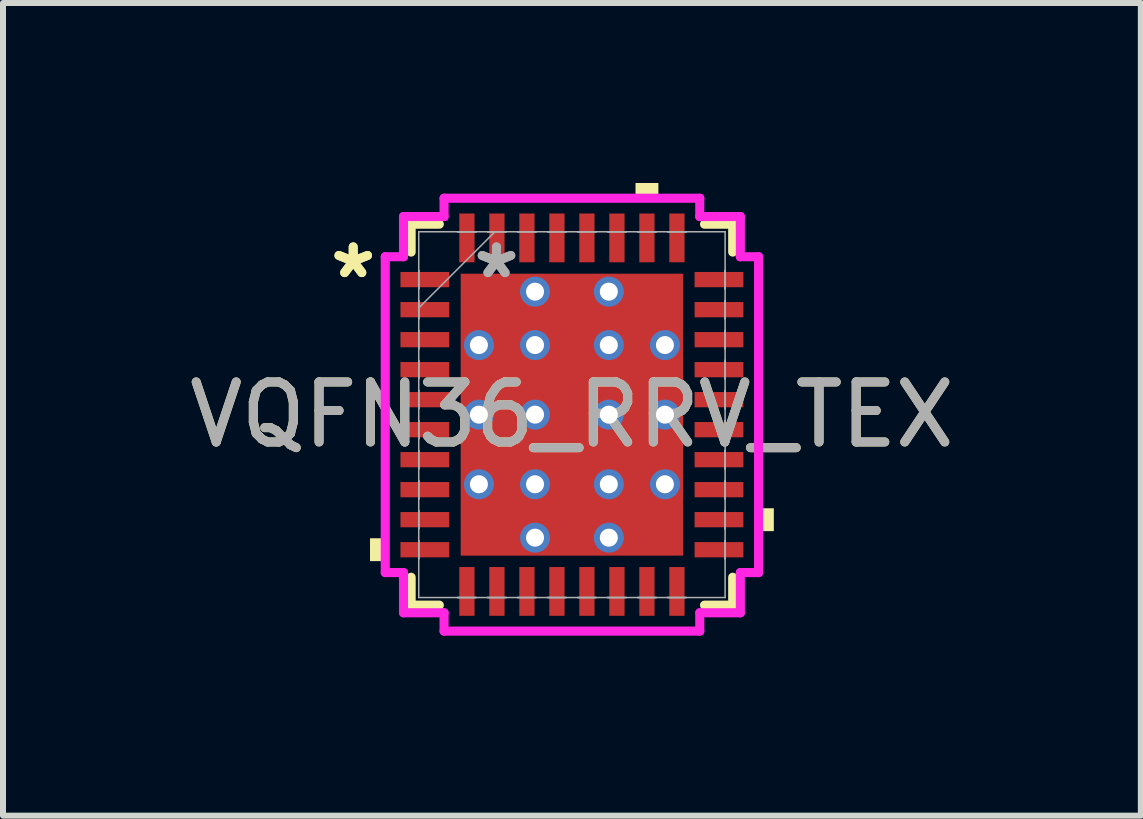
<source format=kicad_pcb>
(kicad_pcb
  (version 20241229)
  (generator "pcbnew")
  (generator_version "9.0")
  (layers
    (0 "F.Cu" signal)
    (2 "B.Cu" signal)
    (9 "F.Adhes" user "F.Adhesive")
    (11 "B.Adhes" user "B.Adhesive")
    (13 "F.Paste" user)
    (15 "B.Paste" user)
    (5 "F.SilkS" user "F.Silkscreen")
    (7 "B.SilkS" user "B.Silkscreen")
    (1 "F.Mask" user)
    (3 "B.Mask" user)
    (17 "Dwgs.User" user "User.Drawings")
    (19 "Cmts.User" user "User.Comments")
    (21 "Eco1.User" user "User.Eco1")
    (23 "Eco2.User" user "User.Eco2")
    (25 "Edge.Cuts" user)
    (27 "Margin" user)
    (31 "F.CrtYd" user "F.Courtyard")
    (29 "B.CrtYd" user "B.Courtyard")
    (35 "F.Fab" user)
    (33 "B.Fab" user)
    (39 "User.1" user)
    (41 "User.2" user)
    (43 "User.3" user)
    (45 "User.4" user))
  (footprint "VQFN36_RRV_TEX"
    (layer "F.Cu")
    (at 6.482 3.861)
    (property "Reference" "VQFN36_RRV_TEX" (at 0 0 0) (unlocked yes) (layer "F.SilkS") (effects (font (size 1 1) (thickness 0.15))))
    (attr smd)
    (fp_line (start -2.68 -3.175) (end -2.68 -2.71) (stroke (width 0.152) (type solid)) (layer "F.SilkS"))
    (fp_line (start -2.68 2.71) (end -2.68 3.175) (stroke (width 0.152) (type solid)) (layer "F.SilkS"))
    (fp_line (start -2.68 3.175) (end -2.21 3.175) (stroke (width 0.152) (type solid)) (layer "F.SilkS"))
    (fp_line (start -2.21 -3.175) (end -2.68 -3.175) (stroke (width 0.152) (type solid)) (layer "F.SilkS"))
    (fp_line (start 2.21 3.175) (end 2.68 3.175) (stroke (width 0.152) (type solid)) (layer "F.SilkS"))
    (fp_line (start 2.68 -3.175) (end 2.21 -3.175) (stroke (width 0.152) (type solid)) (layer "F.SilkS"))
    (fp_line (start 2.68 -2.71) (end 2.68 -3.175) (stroke (width 0.152) (type solid)) (layer "F.SilkS"))
    (fp_line (start 2.68 3.175) (end 2.68 2.71) (stroke (width 0.152) (type solid)) (layer "F.SilkS"))
    (fp_poly (pts (xy -3.365 2.06) (xy -3.365 2.441) (xy -3.111 2.441) (xy -3.111 2.06)) (stroke (width 0) (type solid)) (fill yes) (layer "F.SilkS"))
    (fp_poly (pts (xy 1.06 -3.607) (xy 1.06 -3.861) (xy 1.441 -3.861) (xy 1.441 -3.607)) (stroke (width 0) (type solid)) (fill yes) (layer "F.SilkS"))
    (fp_poly (pts (xy 3.365 1.56) (xy 3.365 1.941) (xy 3.111 1.941) (xy 3.111 1.56)) (stroke (width 0) (type solid)) (fill yes) (layer "F.SilkS"))
    (fp_line (start -3.111 -2.632) (end -2.807 -2.632) (stroke (width 0.152) (type solid)) (layer "F.CrtYd"))
    (fp_line (start -3.111 2.632) (end -3.111 -2.632) (stroke (width 0.152) (type solid)) (layer "F.CrtYd"))
    (fp_line (start -2.807 -3.302) (end -2.131 -3.302) (stroke (width 0.152) (type solid)) (layer "F.CrtYd"))
    (fp_line (start -2.807 -2.632) (end -2.807 -3.302) (stroke (width 0.152) (type solid)) (layer "F.CrtYd"))
    (fp_line (start -2.807 2.632) (end -3.111 2.632) (stroke (width 0.152) (type solid)) (layer "F.CrtYd"))
    (fp_line (start -2.807 3.302) (end -2.807 2.632) (stroke (width 0.152) (type solid)) (layer "F.CrtYd"))
    (fp_line (start -2.131 -3.607) (end 2.131 -3.607) (stroke (width 0.152) (type solid)) (layer "F.CrtYd"))
    (fp_line (start -2.131 -3.302) (end -2.131 -3.607) (stroke (width 0.152) (type solid)) (layer "F.CrtYd"))
    (fp_line (start -2.131 3.302) (end -2.807 3.302) (stroke (width 0.152) (type solid)) (layer "F.CrtYd"))
    (fp_line (start -2.131 3.607) (end -2.131 3.302) (stroke (width 0.152) (type solid)) (layer "F.CrtYd"))
    (fp_line (start 2.131 -3.607) (end 2.131 -3.302) (stroke (width 0.152) (type solid)) (layer "F.CrtYd"))
    (fp_line (start 2.131 -3.302) (end 2.807 -3.302) (stroke (width 0.152) (type solid)) (layer "F.CrtYd"))
    (fp_line (start 2.131 3.302) (end 2.131 3.607) (stroke (width 0.152) (type solid)) (layer "F.CrtYd"))
    (fp_line (start 2.131 3.607) (end -2.131 3.607) (stroke (width 0.152) (type solid)) (layer "F.CrtYd"))
    (fp_line (start 2.807 -3.302) (end 2.807 -2.632) (stroke (width 0.152) (type solid)) (layer "F.CrtYd"))
    (fp_line (start 2.807 -2.632) (end 3.111 -2.632) (stroke (width 0.152) (type solid)) (layer "F.CrtYd"))
    (fp_line (start 2.807 2.632) (end 2.807 3.302) (stroke (width 0.152) (type solid)) (layer "F.CrtYd"))
    (fp_line (start 2.807 3.302) (end 2.131 3.302) (stroke (width 0.152) (type solid)) (layer "F.CrtYd"))
    (fp_line (start 3.111 -2.632) (end 3.111 2.632) (stroke (width 0.152) (type solid)) (layer "F.CrtYd"))
    (fp_line (start 3.111 2.632) (end 2.807 2.632) (stroke (width 0.152) (type solid)) (layer "F.CrtYd"))
    (fp_line (start -2.553 -3.048) (end -2.553 3.048) (stroke (width 0.025) (type solid)) (layer "F.Fab"))
    (fp_line (start -2.553 -2.403) (end -2.553 -2.403) (stroke (width 0.025) (type solid)) (layer "F.Fab"))
    (fp_line (start -2.553 -2.403) (end -2.553 -2.098) (stroke (width 0.025) (type solid)) (layer "F.Fab"))
    (fp_line (start -2.553 -2.098) (end -2.553 -2.403) (stroke (width 0.025) (type solid)) (layer "F.Fab"))
    (fp_line (start -2.553 -2.098) (end -2.553 -2.098) (stroke (width 0.025) (type solid)) (layer "F.Fab"))
    (fp_line (start -2.553 -1.903) (end -2.553 -1.903) (stroke (width 0.025) (type solid)) (layer "F.Fab"))
    (fp_line (start -2.553 -1.903) (end -2.553 -1.598) (stroke (width 0.025) (type solid)) (layer "F.Fab"))
    (fp_line (start -2.553 -1.778) (end -1.283 -3.048) (stroke (width 0.025) (type solid)) (layer "F.Fab"))
    (fp_line (start -2.553 -1.598) (end -2.553 -1.903) (stroke (width 0.025) (type solid)) (layer "F.Fab"))
    (fp_line (start -2.553 -1.598) (end -2.553 -1.598) (stroke (width 0.025) (type solid)) (layer "F.Fab"))
    (fp_line (start -2.553 -1.403) (end -2.553 -1.403) (stroke (width 0.025) (type solid)) (layer "F.Fab"))
    (fp_line (start -2.553 -1.403) (end -2.553 -1.098) (stroke (width 0.025) (type solid)) (layer "F.Fab"))
    (fp_line (start -2.553 -1.098) (end -2.553 -1.403) (stroke (width 0.025) (type solid)) (layer "F.Fab"))
    (fp_line (start -2.553 -1.098) (end -2.553 -1.098) (stroke (width 0.025) (type solid)) (layer "F.Fab"))
    (fp_line (start -2.553 -0.903) (end -2.553 -0.903) (stroke (width 0.025) (type solid)) (layer "F.Fab"))
    (fp_line (start -2.553 -0.903) (end -2.553 -0.598) (stroke (width 0.025) (type solid)) (layer "F.Fab"))
    (fp_line (start -2.553 -0.598) (end -2.553 -0.903) (stroke (width 0.025) (type solid)) (layer "F.Fab"))
    (fp_line (start -2.553 -0.598) (end -2.553 -0.598) (stroke (width 0.025) (type solid)) (layer "F.Fab"))
    (fp_line (start -2.553 -0.402) (end -2.553 -0.402) (stroke (width 0.025) (type solid)) (layer "F.Fab"))
    (fp_line (start -2.553 -0.402) (end -2.553 -0.098) (stroke (width 0.025) (type solid)) (layer "F.Fab"))
    (fp_line (start -2.553 -0.098) (end -2.553 -0.402) (stroke (width 0.025) (type solid)) (layer "F.Fab"))
    (fp_line (start -2.553 -0.098) (end -2.553 -0.098) (stroke (width 0.025) (type solid)) (layer "F.Fab"))
    (fp_line (start -2.553 0.098) (end -2.553 0.098) (stroke (width 0.025) (type solid)) (layer "F.Fab"))
    (fp_line (start -2.553 0.098) (end -2.553 0.402) (stroke (width 0.025) (type solid)) (layer "F.Fab"))
    (fp_line (start -2.553 0.402) (end -2.553 0.098) (stroke (width 0.025) (type solid)) (layer "F.Fab"))
    (fp_line (start -2.553 0.402) (end -2.553 0.402) (stroke (width 0.025) (type solid)) (layer "F.Fab"))
    (fp_line (start -2.553 0.598) (end -2.553 0.598) (stroke (width 0.025) (type solid)) (layer "F.Fab"))
    (fp_line (start -2.553 0.598) (end -2.553 0.903) (stroke (width 0.025) (type solid)) (layer "F.Fab"))
    (fp_line (start -2.553 0.903) (end -2.553 0.598) (stroke (width 0.025) (type solid)) (layer "F.Fab"))
    (fp_line (start -2.553 0.903) (end -2.553 0.903) (stroke (width 0.025) (type solid)) (layer "F.Fab"))
    (fp_line (start -2.553 1.098) (end -2.553 1.098) (stroke (width 0.025) (type solid)) (layer "F.Fab"))
    (fp_line (start -2.553 1.098) (end -2.553 1.403) (stroke (width 0.025) (type solid)) (layer "F.Fab"))
    (fp_line (start -2.553 1.403) (end -2.553 1.098) (stroke (width 0.025) (type solid)) (layer "F.Fab"))
    (fp_line (start -2.553 1.403) (end -2.553 1.403) (stroke (width 0.025) (type solid)) (layer "F.Fab"))
    (fp_line (start -2.553 1.598) (end -2.553 1.598) (stroke (width 0.025) (type solid)) (layer "F.Fab"))
    (fp_line (start -2.553 1.598) (end -2.553 1.903) (stroke (width 0.025) (type solid)) (layer "F.Fab"))
    (fp_line (start -2.553 1.903) (end -2.553 1.598) (stroke (width 0.025) (type solid)) (layer "F.Fab"))
    (fp_line (start -2.553 1.903) (end -2.553 1.903) (stroke (width 0.025) (type solid)) (layer "F.Fab"))
    (fp_line (start -2.553 2.098) (end -2.553 2.098) (stroke (width 0.025) (type solid)) (layer "F.Fab"))
    (fp_line (start -2.553 2.098) (end -2.553 2.403) (stroke (width 0.025) (type solid)) (layer "F.Fab"))
    (fp_line (start -2.553 2.403) (end -2.553 2.098) (stroke (width 0.025) (type solid)) (layer "F.Fab"))
    (fp_line (start -2.553 2.403) (end -2.553 2.403) (stroke (width 0.025) (type solid)) (layer "F.Fab"))
    (fp_line (start -2.553 3.048) (end 2.553 3.048) (stroke (width 0.025) (type solid)) (layer "F.Fab"))
    (fp_line (start -1.903 -3.048) (end -1.903 -3.048) (stroke (width 0.025) (type solid)) (layer "F.Fab"))
    (fp_line (start -1.903 -3.048) (end -1.598 -3.048) (stroke (width 0.025) (type solid)) (layer "F.Fab"))
    (fp_line (start -1.903 3.048) (end -1.903 3.048) (stroke (width 0.025) (type solid)) (layer "F.Fab"))
    (fp_line (start -1.903 3.048) (end -1.598 3.048) (stroke (width 0.025) (type solid)) (layer "F.Fab"))
    (fp_line (start -1.598 -3.048) (end -1.903 -3.048) (stroke (width 0.025) (type solid)) (layer "F.Fab"))
    (fp_line (start -1.598 -3.048) (end -1.598 -3.048) (stroke (width 0.025) (type solid)) (layer "F.Fab"))
    (fp_line (start -1.598 3.048) (end -1.903 3.048) (stroke (width 0.025) (type solid)) (layer "F.Fab"))
    (fp_line (start -1.598 3.048) (end -1.598 3.048) (stroke (width 0.025) (type solid)) (layer "F.Fab"))
    (fp_line (start -1.403 -3.048) (end -1.403 -3.048) (stroke (width 0.025) (type solid)) (layer "F.Fab"))
    (fp_line (start -1.403 -3.048) (end -1.098 -3.048) (stroke (width 0.025) (type solid)) (layer "F.Fab"))
    (fp_line (start -1.403 3.048) (end -1.403 3.048) (stroke (width 0.025) (type solid)) (layer "F.Fab"))
    (fp_line (start -1.403 3.048) (end -1.098 3.048) (stroke (width 0.025) (type solid)) (layer "F.Fab"))
    (fp_line (start -1.098 -3.048) (end -1.403 -3.048) (stroke (width 0.025) (type solid)) (layer "F.Fab"))
    (fp_line (start -1.098 -3.048) (end -1.098 -3.048) (stroke (width 0.025) (type solid)) (layer "F.Fab"))
    (fp_line (start -1.098 3.048) (end -1.403 3.048) (stroke (width 0.025) (type solid)) (layer "F.Fab"))
    (fp_line (start -1.098 3.048) (end -1.098 3.048) (stroke (width 0.025) (type solid)) (layer "F.Fab"))
    (fp_line (start -0.903 -3.048) (end -0.903 -3.048) (stroke (width 0.025) (type solid)) (layer "F.Fab"))
    (fp_line (start -0.903 -3.048) (end -0.598 -3.048) (stroke (width 0.025) (type solid)) (layer "F.Fab"))
    (fp_line (start -0.903 3.048) (end -0.903 3.048) (stroke (width 0.025) (type solid)) (layer "F.Fab"))
    (fp_line (start -0.903 3.048) (end -0.598 3.048) (stroke (width 0.025) (type solid)) (layer "F.Fab"))
    (fp_line (start -0.598 -3.048) (end -0.903 -3.048) (stroke (width 0.025) (type solid)) (layer "F.Fab"))
    (fp_line (start -0.598 -3.048) (end -0.598 -3.048) (stroke (width 0.025) (type solid)) (layer "F.Fab"))
    (fp_line (start -0.598 3.048) (end -0.903 3.048) (stroke (width 0.025) (type solid)) (layer "F.Fab"))
    (fp_line (start -0.598 3.048) (end -0.598 3.048) (stroke (width 0.025) (type solid)) (layer "F.Fab"))
    (fp_line (start -0.402 -3.048) (end -0.402 -3.048) (stroke (width 0.025) (type solid)) (layer "F.Fab"))
    (fp_line (start -0.402 -3.048) (end -0.098 -3.048) (stroke (width 0.025) (type solid)) (layer "F.Fab"))
    (fp_line (start -0.402 3.048) (end -0.402 3.048) (stroke (width 0.025) (type solid)) (layer "F.Fab"))
    (fp_line (start -0.402 3.048) (end -0.098 3.048) (stroke (width 0.025) (type solid)) (layer "F.Fab"))
    (fp_line (start -0.098 -3.048) (end -0.402 -3.048) (stroke (width 0.025) (type solid)) (layer "F.Fab"))
    (fp_line (start -0.098 -3.048) (end -0.098 -3.048) (stroke (width 0.025) (type solid)) (layer "F.Fab"))
    (fp_line (start -0.098 3.048) (end -0.402 3.048) (stroke (width 0.025) (type solid)) (layer "F.Fab"))
    (fp_line (start -0.098 3.048) (end -0.098 3.048) (stroke (width 0.025) (type solid)) (layer "F.Fab"))
    (fp_line (start 0.098 -3.048) (end 0.098 -3.048) (stroke (width 0.025) (type solid)) (layer "F.Fab"))
    (fp_line (start 0.098 -3.048) (end 0.402 -3.048) (stroke (width 0.025) (type solid)) (layer "F.Fab"))
    (fp_line (start 0.098 3.048) (end 0.098 3.048) (stroke (width 0.025) (type solid)) (layer "F.Fab"))
    (fp_line (start 0.098 3.048) (end 0.402 3.048) (stroke (width 0.025) (type solid)) (layer "F.Fab"))
    (fp_line (start 0.402 -3.048) (end 0.098 -3.048) (stroke (width 0.025) (type solid)) (layer "F.Fab"))
    (fp_line (start 0.402 -3.048) (end 0.402 -3.048) (stroke (width 0.025) (type solid)) (layer "F.Fab"))
    (fp_line (start 0.402 3.048) (end 0.098 3.048) (stroke (width 0.025) (type solid)) (layer "F.Fab"))
    (fp_line (start 0.402 3.048) (end 0.402 3.048) (stroke (width 0.025) (type solid)) (layer "F.Fab"))
    (fp_line (start 0.598 -3.048) (end 0.598 -3.048) (stroke (width 0.025) (type solid)) (layer "F.Fab"))
    (fp_line (start 0.598 -3.048) (end 0.903 -3.048) (stroke (width 0.025) (type solid)) (layer "F.Fab"))
    (fp_line (start 0.598 3.048) (end 0.598 3.048) (stroke (width 0.025) (type solid)) (layer "F.Fab"))
    (fp_line (start 0.598 3.048) (end 0.903 3.048) (stroke (width 0.025) (type solid)) (layer "F.Fab"))
    (fp_line (start 0.903 -3.048) (end 0.598 -3.048) (stroke (width 0.025) (type solid)) (layer "F.Fab"))
    (fp_line (start 0.903 -3.048) (end 0.903 -3.048) (stroke (width 0.025) (type solid)) (layer "F.Fab"))
    (fp_line (start 0.903 3.048) (end 0.598 3.048) (stroke (width 0.025) (type solid)) (layer "F.Fab"))
    (fp_line (start 0.903 3.048) (end 0.903 3.048) (stroke (width 0.025) (type solid)) (layer "F.Fab"))
    (fp_line (start 1.098 -3.048) (end 1.098 -3.048) (stroke (width 0.025) (type solid)) (layer "F.Fab"))
    (fp_line (start 1.098 -3.048) (end 1.403 -3.048) (stroke (width 0.025) (type solid)) (layer "F.Fab"))
    (fp_line (start 1.098 3.048) (end 1.098 3.048) (stroke (width 0.025) (type solid)) (layer "F.Fab"))
    (fp_line (start 1.098 3.048) (end 1.403 3.048) (stroke (width 0.025) (type solid)) (layer "F.Fab"))
    (fp_line (start 1.403 -3.048) (end 1.098 -3.048) (stroke (width 0.025) (type solid)) (layer "F.Fab"))
    (fp_line (start 1.403 -3.048) (end 1.403 -3.048) (stroke (width 0.025) (type solid)) (layer "F.Fab"))
    (fp_line (start 1.403 3.048) (end 1.098 3.048) (stroke (width 0.025) (type solid)) (layer "F.Fab"))
    (fp_line (start 1.403 3.048) (end 1.403 3.048) (stroke (width 0.025) (type solid)) (layer "F.Fab"))
    (fp_line (start 1.598 -3.048) (end 1.598 -3.048) (stroke (width 0.025) (type solid)) (layer "F.Fab"))
    (fp_line (start 1.598 -3.048) (end 1.903 -3.048) (stroke (width 0.025) (type solid)) (layer "F.Fab"))
    (fp_line (start 1.598 3.048) (end 1.598 3.048) (stroke (width 0.025) (type solid)) (layer "F.Fab"))
    (fp_line (start 1.598 3.048) (end 1.903 3.048) (stroke (width 0.025) (type solid)) (layer "F.Fab"))
    (fp_line (start 1.903 -3.048) (end 1.598 -3.048) (stroke (width 0.025) (type solid)) (layer "F.Fab"))
    (fp_line (start 1.903 -3.048) (end 1.903 -3.048) (stroke (width 0.025) (type solid)) (layer "F.Fab"))
    (fp_line (start 1.903 3.048) (end 1.598 3.048) (stroke (width 0.025) (type solid)) (layer "F.Fab"))
    (fp_line (start 1.903 3.048) (end 1.903 3.048) (stroke (width 0.025) (type solid)) (layer "F.Fab"))
    (fp_line (start 2.553 -3.048) (end -2.553 -3.048) (stroke (width 0.025) (type solid)) (layer "F.Fab"))
    (fp_line (start 2.553 -2.403) (end 2.553 -2.403) (stroke (width 0.025) (type solid)) (layer "F.Fab"))
    (fp_line (start 2.553 -2.403) (end 2.553 -2.098) (stroke (width 0.025) (type solid)) (layer "F.Fab"))
    (fp_line (start 2.553 -2.098) (end 2.553 -2.403) (stroke (width 0.025) (type solid)) (layer "F.Fab"))
    (fp_line (start 2.553 -2.098) (end 2.553 -2.098) (stroke (width 0.025) (type solid)) (layer "F.Fab"))
    (fp_line (start 2.553 -1.903) (end 2.553 -1.903) (stroke (width 0.025) (type solid)) (layer "F.Fab"))
    (fp_line (start 2.553 -1.903) (end 2.553 -1.598) (stroke (width 0.025) (type solid)) (layer "F.Fab"))
    (fp_line (start 2.553 -1.598) (end 2.553 -1.903) (stroke (width 0.025) (type solid)) (layer "F.Fab"))
    (fp_line (start 2.553 -1.598) (end 2.553 -1.598) (stroke (width 0.025) (type solid)) (layer "F.Fab"))
    (fp_line (start 2.553 -1.403) (end 2.553 -1.403) (stroke (width 0.025) (type solid)) (layer "F.Fab"))
    (fp_line (start 2.553 -1.403) (end 2.553 -1.098) (stroke (width 0.025) (type solid)) (layer "F.Fab"))
    (fp_line (start 2.553 -1.098) (end 2.553 -1.403) (stroke (width 0.025) (type solid)) (layer "F.Fab"))
    (fp_line (start 2.553 -1.098) (end 2.553 -1.098) (stroke (width 0.025) (type solid)) (layer "F.Fab"))
    (fp_line (start 2.553 -0.903) (end 2.553 -0.903) (stroke (width 0.025) (type solid)) (layer "F.Fab"))
    (fp_line (start 2.553 -0.903) (end 2.553 -0.598) (stroke (width 0.025) (type solid)) (layer "F.Fab"))
    (fp_line (start 2.553 -0.598) (end 2.553 -0.903) (stroke (width 0.025) (type solid)) (layer "F.Fab"))
    (fp_line (start 2.553 -0.598) (end 2.553 -0.598) (stroke (width 0.025) (type solid)) (layer "F.Fab"))
    (fp_line (start 2.553 -0.402) (end 2.553 -0.402) (stroke (width 0.025) (type solid)) (layer "F.Fab"))
    (fp_line (start 2.553 -0.402) (end 2.553 -0.098) (stroke (width 0.025) (type solid)) (layer "F.Fab"))
    (fp_line (start 2.553 -0.098) (end 2.553 -0.402) (stroke (width 0.025) (type solid)) (layer "F.Fab"))
    (fp_line (start 2.553 -0.098) (end 2.553 -0.098) (stroke (width 0.025) (type solid)) (layer "F.Fab"))
    (fp_line (start 2.553 0.098) (end 2.553 0.098) (stroke (width 0.025) (type solid)) (layer "F.Fab"))
    (fp_line (start 2.553 0.098) (end 2.553 0.402) (stroke (width 0.025) (type solid)) (layer "F.Fab"))
    (fp_line (start 2.553 0.402) (end 2.553 0.098) (stroke (width 0.025) (type solid)) (layer "F.Fab"))
    (fp_line (start 2.553 0.402) (end 2.553 0.402) (stroke (width 0.025) (type solid)) (layer "F.Fab"))
    (fp_line (start 2.553 0.598) (end 2.553 0.598) (stroke (width 0.025) (type solid)) (layer "F.Fab"))
    (fp_line (start 2.553 0.598) (end 2.553 0.903) (stroke (width 0.025) (type solid)) (layer "F.Fab"))
    (fp_line (start 2.553 0.903) (end 2.553 0.598) (stroke (width 0.025) (type solid)) (layer "F.Fab"))
    (fp_line (start 2.553 0.903) (end 2.553 0.903) (stroke (width 0.025) (type solid)) (layer "F.Fab"))
    (fp_line (start 2.553 1.098) (end 2.553 1.098) (stroke (width 0.025) (type solid)) (layer "F.Fab"))
    (fp_line (start 2.553 1.098) (end 2.553 1.403) (stroke (width 0.025) (type solid)) (layer "F.Fab"))
    (fp_line (start 2.553 1.403) (end 2.553 1.098) (stroke (width 0.025) (type solid)) (layer "F.Fab"))
    (fp_line (start 2.553 1.403) (end 2.553 1.403) (stroke (width 0.025) (type solid)) (layer "F.Fab"))
    (fp_line (start 2.553 1.598) (end 2.553 1.598) (stroke (width 0.025) (type solid)) (layer "F.Fab"))
    (fp_line (start 2.553 1.598) (end 2.553 1.903) (stroke (width 0.025) (type solid)) (layer "F.Fab"))
    (fp_line (start 2.553 1.903) (end 2.553 1.598) (stroke (width 0.025) (type solid)) (layer "F.Fab"))
    (fp_line (start 2.553 1.903) (end 2.553 1.903) (stroke (width 0.025) (type solid)) (layer "F.Fab"))
    (fp_line (start 2.553 2.098) (end 2.553 2.098) (stroke (width 0.025) (type solid)) (layer "F.Fab"))
    (fp_line (start 2.553 2.098) (end 2.553 2.403) (stroke (width 0.025) (type solid)) (layer "F.Fab"))
    (fp_line (start 2.553 2.403) (end 2.553 2.098) (stroke (width 0.025) (type solid)) (layer "F.Fab"))
    (fp_line (start 2.553 2.403) (end 2.553 2.403) (stroke (width 0.025) (type solid)) (layer "F.Fab"))
    (fp_line (start 2.553 3.048) (end 2.553 -3.048) (stroke (width 0.025) (type solid)) (layer "F.Fab"))
    (fp_text user "*" (at -3.645 -2.251 0) (layer "F.SilkS") (effects (font (size 1 1) (thickness 0.15))))
    (fp_text user "*" (at -3.645 -2.251 0) (unlocked yes) (layer "F.SilkS") (effects (font (size 1 1) (thickness 0.15))))
    (fp_text user "${REFERENCE}" (at 0 0 0) (unlocked yes) (layer "F.Fab") (effects (font (size 1 1) (thickness 0.15))))
    (fp_text user "*" (at -1.257 -2.251 0) (unlocked yes) (layer "F.Fab") (effects (font (size 1 1) (thickness 0.15))))
    (fp_text user "*" (at -1.257 -2.251 0) (layer "F.Fab") (effects (font (size 1 1) (thickness 0.15))))
    (pad "1" smd rect (at -2.451 -2.251 90) (size 0.254 0.813) (layers "F.Cu" "F.Mask" "F.Paste"))
    (pad "2" smd rect (at -2.451 -1.75 90) (size 0.254 0.813) (layers "F.Cu" "F.Mask" "F.Paste"))
    (pad "3" smd rect (at -2.451 -1.25 90) (size 0.254 0.813) (layers "F.Cu" "F.Mask" "F.Paste"))
    (pad "4" smd rect (at -2.451 -0.75 90) (size 0.254 0.813) (layers "F.Cu" "F.Mask" "F.Paste"))
    (pad "5" smd rect (at -2.451 -0.25 90) (size 0.254 0.813) (layers "F.Cu" "F.Mask" "F.Paste"))
    (pad "6" smd rect (at -2.451 0.25 90) (size 0.254 0.813) (layers "F.Cu" "F.Mask" "F.Paste"))
    (pad "7" smd rect (at -2.451 0.75 90) (size 0.254 0.813) (layers "F.Cu" "F.Mask" "F.Paste"))
    (pad "8" smd rect (at -2.451 1.25 90) (size 0.254 0.813) (layers "F.Cu" "F.Mask" "F.Paste"))
    (pad "9" smd rect (at -2.451 1.75 90) (size 0.254 0.813) (layers "F.Cu" "F.Mask" "F.Paste"))
    (pad "10" smd rect (at -2.451 2.251 90) (size 0.254 0.813) (layers "F.Cu" "F.Mask" "F.Paste"))
    (pad "11" smd rect (at -1.75 2.946) (size 0.254 0.813) (layers "F.Cu" "F.Mask" "F.Paste"))
    (pad "12" smd rect (at -1.25 2.946) (size 0.254 0.813) (layers "F.Cu" "F.Mask" "F.Paste"))
    (pad "13" smd rect (at -0.75 2.946) (size 0.254 0.813) (layers "F.Cu" "F.Mask" "F.Paste"))
    (pad "14" smd rect (at -0.25 2.946) (size 0.254 0.813) (layers "F.Cu" "F.Mask" "F.Paste"))
    (pad "15" smd rect (at 0.25 2.946) (size 0.254 0.813) (layers "F.Cu" "F.Mask" "F.Paste"))
    (pad "16" smd rect (at 0.75 2.946) (size 0.254 0.813) (layers "F.Cu" "F.Mask" "F.Paste"))
    (pad "17" smd rect (at 1.25 2.946) (size 0.254 0.813) (layers "F.Cu" "F.Mask" "F.Paste"))
    (pad "18" smd rect (at 1.75 2.946) (size 0.254 0.813) (layers "F.Cu" "F.Mask" "F.Paste"))
    (pad "19" smd rect (at 2.451 2.251 90) (size 0.254 0.813) (layers "F.Cu" "F.Mask" "F.Paste"))
    (pad "20" smd rect (at 2.451 1.75 90) (size 0.254 0.813) (layers "F.Cu" "F.Mask" "F.Paste"))
    (pad "21" smd rect (at 2.451 1.25 90) (size 0.254 0.813) (layers "F.Cu" "F.Mask" "F.Paste"))
    (pad "22" smd rect (at 2.451 0.75 90) (size 0.254 0.813) (layers "F.Cu" "F.Mask" "F.Paste"))
    (pad "23" smd rect (at 2.451 0.25 90) (size 0.254 0.813) (layers "F.Cu" "F.Mask" "F.Paste"))
    (pad "24" smd rect (at 2.451 -0.25 90) (size 0.254 0.813) (layers "F.Cu" "F.Mask" "F.Paste"))
    (pad "25" smd rect (at 2.451 -0.75 90) (size 0.254 0.813) (layers "F.Cu" "F.Mask" "F.Paste"))
    (pad "26" smd rect (at 2.451 -1.25 90) (size 0.254 0.813) (layers "F.Cu" "F.Mask" "F.Paste"))
    (pad "27" smd rect (at 2.451 -1.75 90) (size 0.254 0.813) (layers "F.Cu" "F.Mask" "F.Paste"))
    (pad "28" smd rect (at 2.451 -2.251 90) (size 0.254 0.813) (layers "F.Cu" "F.Mask" "F.Paste"))
    (pad "29" smd rect (at 1.75 -2.946) (size 0.254 0.813) (layers "F.Cu" "F.Mask" "F.Paste"))
    (pad "30" smd rect (at 1.25 -2.946) (size 0.254 0.813) (layers "F.Cu" "F.Mask" "F.Paste"))
    (pad "31" smd rect (at 0.75 -2.946) (size 0.254 0.813) (layers "F.Cu" "F.Mask" "F.Paste"))
    (pad "32" smd rect (at 0.25 -2.946) (size 0.254 0.813) (layers "F.Cu" "F.Mask" "F.Paste"))
    (pad "33" smd rect (at -0.25 -2.946) (size 0.254 0.813) (layers "F.Cu" "F.Mask" "F.Paste"))
    (pad "34" smd rect (at -0.75 -2.946) (size 0.254 0.813) (layers "F.Cu" "F.Mask" "F.Paste"))
    (pad "35" smd rect (at -1.25 -2.946) (size 0.254 0.813) (layers "F.Cu" "F.Mask" "F.Paste"))
    (pad "36" smd rect (at -1.75 -2.946) (size 0.254 0.813) (layers "F.Cu" "F.Mask" "F.Paste"))
    (pad "37" thru_hole circle (at -1.55 -1.16) (size 0.5 0.5) (drill 0.3) (layers "*.Cu" "*.Mask"))
    (pad "37" thru_hole circle (at -1.55 0) (size 0.5 0.5) (drill 0.3) (layers "*.Cu" "*.Mask"))
    (pad "37" thru_hole circle (at -1.55 1.16) (size 0.5 0.5) (drill 0.3) (layers "*.Cu" "*.Mask"))
    (pad "37" thru_hole circle (at -0.615 -2.05) (size 0.5 0.5) (drill 0.3) (layers "*.Cu" "*.Mask"))
    (pad "37" thru_hole circle (at -0.615 -1.16) (size 0.5 0.5) (drill 0.3) (layers "*.Cu" "*.Mask"))
    (pad "37" thru_hole circle (at -0.615 0) (size 0.5 0.5) (drill 0.3) (layers "*.Cu" "*.Mask"))
    (pad "37" thru_hole circle (at -0.615 1.16) (size 0.5 0.5) (drill 0.3) (layers "*.Cu" "*.Mask"))
    (pad "37" thru_hole circle (at -0.615 2.05) (size 0.5 0.5) (drill 0.3) (layers "*.Cu" "*.Mask"))
    (pad "37" smd rect (at 0 0) (size 3.708 4.699) (layers "F.Cu" "F.Mask" "F.Paste"))
    (pad "37" thru_hole circle (at 0.615 -2.05) (size 0.5 0.5) (drill 0.3) (layers "*.Cu" "*.Mask"))
    (pad "37" thru_hole circle (at 0.615 -1.16) (size 0.5 0.5) (drill 0.3) (layers "*.Cu" "*.Mask"))
    (pad "37" thru_hole circle (at 0.615 0) (size 0.5 0.5) (drill 0.3) (layers "*.Cu" "*.Mask"))
    (pad "37" thru_hole circle (at 0.615 1.16) (size 0.5 0.5) (drill 0.3) (layers "*.Cu" "*.Mask"))
    (pad "37" thru_hole circle (at 0.615 2.05) (size 0.5 0.5) (drill 0.3) (layers "*.Cu" "*.Mask"))
    (pad "37" thru_hole circle (at 1.55 -1.16) (size 0.5 0.5) (drill 0.3) (layers "*.Cu" "*.Mask"))
    (pad "37" thru_hole circle (at 1.55 0) (size 0.5 0.5) (drill 0.3) (layers "*.Cu" "*.Mask"))
    (pad "37" thru_hole circle (at 1.55 1.16) (size 0.5 0.5) (drill 0.3) (layers "*.Cu" "*.Mask")))
  (gr_rect
    (start -3 -3)
    (end 15.964 10.544)
    (stroke (width 0.1) (type default))
    (fill no)
    (layer "Edge.Cuts")))
</source>
